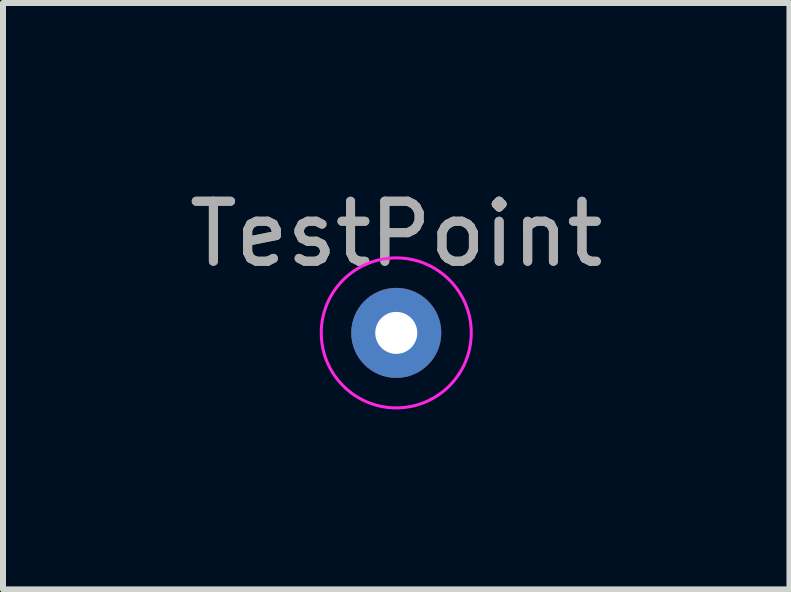
<source format=kicad_pcb>
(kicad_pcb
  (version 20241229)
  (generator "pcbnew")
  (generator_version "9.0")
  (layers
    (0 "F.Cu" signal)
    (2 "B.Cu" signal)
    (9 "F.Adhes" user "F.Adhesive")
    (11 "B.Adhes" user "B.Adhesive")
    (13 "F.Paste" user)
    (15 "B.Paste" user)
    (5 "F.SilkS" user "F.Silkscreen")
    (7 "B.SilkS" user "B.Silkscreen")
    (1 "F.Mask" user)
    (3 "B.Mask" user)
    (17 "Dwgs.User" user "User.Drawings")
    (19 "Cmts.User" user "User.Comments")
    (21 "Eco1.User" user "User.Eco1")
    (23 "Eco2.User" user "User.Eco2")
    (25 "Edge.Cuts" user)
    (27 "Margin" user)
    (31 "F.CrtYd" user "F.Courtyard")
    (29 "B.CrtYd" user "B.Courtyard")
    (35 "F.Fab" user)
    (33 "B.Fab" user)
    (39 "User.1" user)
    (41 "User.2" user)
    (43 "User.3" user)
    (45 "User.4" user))
  (footprint "TestPoint"
    (layer "F.Cu")
    (at 3.554 2.498)
    (property "Reference" "TestPoint" (at 0 -1.648 0) (layer "F.Fab") (effects (font (size 1 1) (thickness 0.15))))
    (attr exclude_from_pos_files exclude_from_bom)
    (fp_circle (center 0 0) (end 1.25 0) (stroke (width 0.05) (type solid)) (fill no) (layer "F.CrtYd"))
    (fp_text user "${REFERENCE}" (at 0 -1.65 0) (layer "F.Fab") (effects (font (size 1 1) (thickness 0.15))))
    (pad "1" thru_hole circle (at 0 0) (size 1.5 1.5) (drill 0.7) (layers "*.Cu" "*.Mask")))
  (gr_rect
    (start -3 -3)
    (end 10.107 6.773)
    (stroke (width 0.1) (type default))
    (fill no)
    (layer "Edge.Cuts")))
</source>
